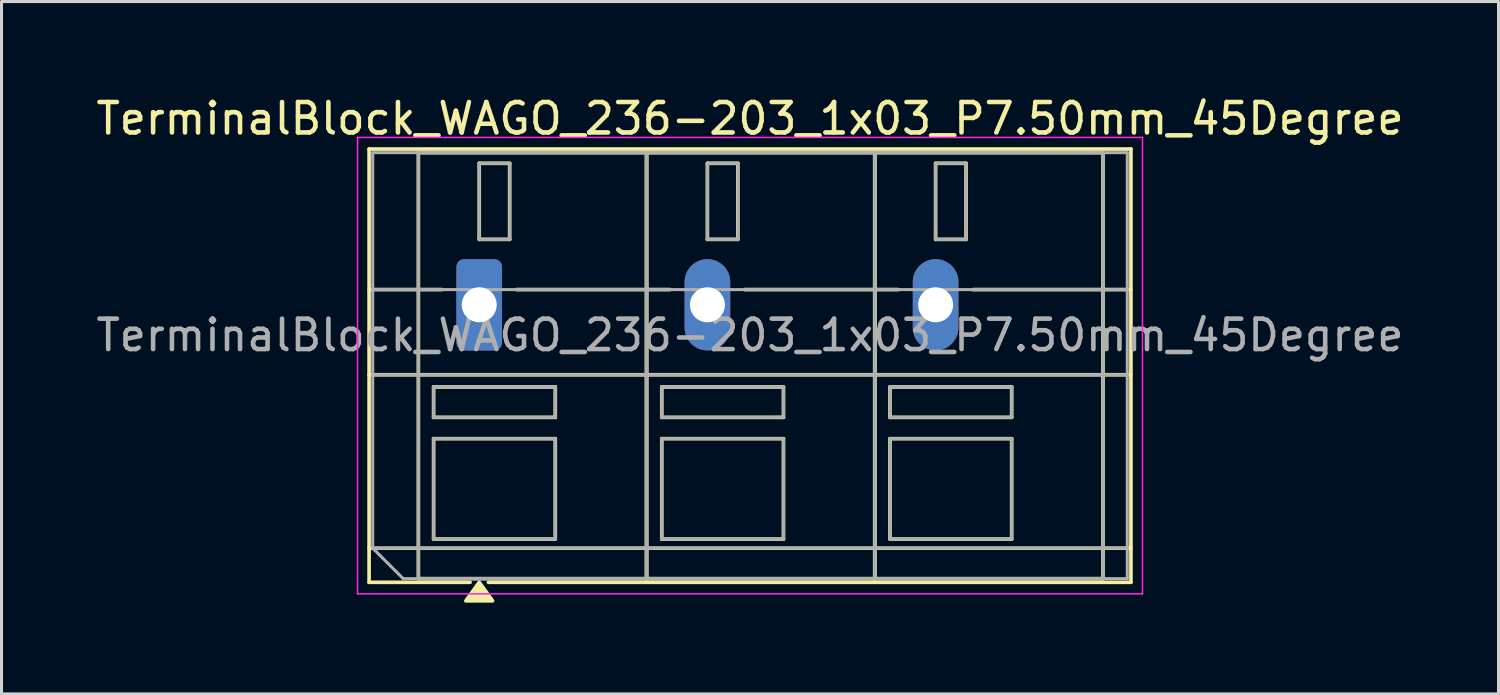
<source format=kicad_pcb>
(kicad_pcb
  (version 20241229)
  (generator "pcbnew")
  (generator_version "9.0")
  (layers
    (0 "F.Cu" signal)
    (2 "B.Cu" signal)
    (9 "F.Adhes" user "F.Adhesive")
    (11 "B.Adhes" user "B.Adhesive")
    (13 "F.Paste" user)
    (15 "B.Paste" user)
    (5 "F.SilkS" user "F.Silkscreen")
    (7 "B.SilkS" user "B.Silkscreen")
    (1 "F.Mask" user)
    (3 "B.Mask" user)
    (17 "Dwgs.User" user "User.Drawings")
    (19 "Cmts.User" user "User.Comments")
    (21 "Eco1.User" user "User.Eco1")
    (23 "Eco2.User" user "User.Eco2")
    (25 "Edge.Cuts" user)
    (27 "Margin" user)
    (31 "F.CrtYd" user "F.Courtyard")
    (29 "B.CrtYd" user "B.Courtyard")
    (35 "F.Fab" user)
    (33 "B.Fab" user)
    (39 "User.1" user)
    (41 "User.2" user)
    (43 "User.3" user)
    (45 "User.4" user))
  (footprint "TerminalBlock_WAGO_236-203_1x03_P7.50mm_45Degree"
    (layer "F.Cu")
    (at 12.701 6.968)
    (property "Reference" "TerminalBlock_WAGO_236-203_1x03_P7.50mm_45Degree" (at 8.9 -6.12 0) (layer "F.SilkS") (effects (font (size 1 1) (thickness 0.15))))
    (attr through_hole)
    (fp_line (start -3.62 -5.12) (end 21.42 -5.12) (stroke (width 0.12) (type solid)) (layer "F.SilkS"))
    (fp_line (start -3.62 -0.5) (end -1.23 -0.5) (stroke (width 0.12) (type solid)) (layer "F.SilkS"))
    (fp_line (start -3.62 2.3) (end 21.42 2.3) (stroke (width 0.12) (type solid)) (layer "F.SilkS"))
    (fp_line (start -3.62 8) (end 21.42 8) (stroke (width 0.12) (type solid)) (layer "F.SilkS"))
    (fp_line (start -3.62 9.12) (end -3.62 -5.12) (stroke (width 0.12) (type solid)) (layer "F.SilkS"))
    (fp_line (start -2 -5) (end 5.5 -5) (stroke (width 0.12) (type solid)) (layer "F.SilkS"))
    (fp_line (start -2 9) (end -2 -5) (stroke (width 0.12) (type solid)) (layer "F.SilkS"))
    (fp_line (start -1.5 2.7) (end 2.5 2.7) (stroke (width 0.12) (type solid)) (layer "F.SilkS"))
    (fp_line (start -1.5 3.7) (end -1.5 2.7) (stroke (width 0.12) (type solid)) (layer "F.SilkS"))
    (fp_line (start -1.5 4.4) (end 2.5 4.4) (stroke (width 0.12) (type solid)) (layer "F.SilkS"))
    (fp_line (start -1.5 7.7) (end -1.5 4.4) (stroke (width 0.12) (type solid)) (layer "F.SilkS"))
    (fp_line (start -0.3 9.12) (end -3.62 9.12) (stroke (width 0.12) (type solid)) (layer "F.SilkS"))
    (fp_line (start 0 -4.65) (end 1 -4.65) (stroke (width 0.12) (type solid)) (layer "F.SilkS"))
    (fp_line (start 0 -2.15) (end 0 -4.65) (stroke (width 0.12) (type solid)) (layer "F.SilkS"))
    (fp_line (start 1 -4.65) (end 1 -2.15) (stroke (width 0.12) (type solid)) (layer "F.SilkS"))
    (fp_line (start 1 -2.15) (end 0 -2.15) (stroke (width 0.12) (type solid)) (layer "F.SilkS"))
    (fp_line (start 1.23 -0.5) (end 6.27 -0.5) (stroke (width 0.12) (type solid)) (layer "F.SilkS"))
    (fp_line (start 2.5 2.7) (end 2.5 3.7) (stroke (width 0.12) (type solid)) (layer "F.SilkS"))
    (fp_line (start 2.5 3.7) (end -1.5 3.7) (stroke (width 0.12) (type solid)) (layer "F.SilkS"))
    (fp_line (start 2.5 4.4) (end 2.5 7.7) (stroke (width 0.12) (type solid)) (layer "F.SilkS"))
    (fp_line (start 2.5 7.7) (end -1.5 7.7) (stroke (width 0.12) (type solid)) (layer "F.SilkS"))
    (fp_line (start 5.5 -5) (end 5.5 9) (stroke (width 0.12) (type solid)) (layer "F.SilkS"))
    (fp_line (start 5.5 -5) (end 13 -5) (stroke (width 0.12) (type solid)) (layer "F.SilkS"))
    (fp_line (start 5.5 9) (end -2 9) (stroke (width 0.12) (type solid)) (layer "F.SilkS"))
    (fp_line (start 5.5 9) (end 5.5 -5) (stroke (width 0.12) (type solid)) (layer "F.SilkS"))
    (fp_line (start 6 2.7) (end 10 2.7) (stroke (width 0.12) (type solid)) (layer "F.SilkS"))
    (fp_line (start 6 3.7) (end 6 2.7) (stroke (width 0.12) (type solid)) (layer "F.SilkS"))
    (fp_line (start 6 4.4) (end 10 4.4) (stroke (width 0.12) (type solid)) (layer "F.SilkS"))
    (fp_line (start 6 7.7) (end 6 4.4) (stroke (width 0.12) (type solid)) (layer "F.SilkS"))
    (fp_line (start 7.5 -4.65) (end 8.5 -4.65) (stroke (width 0.12) (type solid)) (layer "F.SilkS"))
    (fp_line (start 7.5 -2.15) (end 7.5 -4.65) (stroke (width 0.12) (type solid)) (layer "F.SilkS"))
    (fp_line (start 8.5 -4.65) (end 8.5 -2.15) (stroke (width 0.12) (type solid)) (layer "F.SilkS"))
    (fp_line (start 8.5 -2.15) (end 7.5 -2.15) (stroke (width 0.12) (type solid)) (layer "F.SilkS"))
    (fp_line (start 8.73 -0.5) (end 13.77 -0.5) (stroke (width 0.12) (type solid)) (layer "F.SilkS"))
    (fp_line (start 10 2.7) (end 10 3.7) (stroke (width 0.12) (type solid)) (layer "F.SilkS"))
    (fp_line (start 10 3.7) (end 6 3.7) (stroke (width 0.12) (type solid)) (layer "F.SilkS"))
    (fp_line (start 10 4.4) (end 10 7.7) (stroke (width 0.12) (type solid)) (layer "F.SilkS"))
    (fp_line (start 10 7.7) (end 6 7.7) (stroke (width 0.12) (type solid)) (layer "F.SilkS"))
    (fp_line (start 13 -5) (end 13 9) (stroke (width 0.12) (type solid)) (layer "F.SilkS"))
    (fp_line (start 13 -5) (end 20.5 -5) (stroke (width 0.12) (type solid)) (layer "F.SilkS"))
    (fp_line (start 13 9) (end 5.5 9) (stroke (width 0.12) (type solid)) (layer "F.SilkS"))
    (fp_line (start 13 9) (end 13 -5) (stroke (width 0.12) (type solid)) (layer "F.SilkS"))
    (fp_line (start 13.5 2.7) (end 17.5 2.7) (stroke (width 0.12) (type solid)) (layer "F.SilkS"))
    (fp_line (start 13.5 3.7) (end 13.5 2.7) (stroke (width 0.12) (type solid)) (layer "F.SilkS"))
    (fp_line (start 13.5 4.4) (end 17.5 4.4) (stroke (width 0.12) (type solid)) (layer "F.SilkS"))
    (fp_line (start 13.5 7.7) (end 13.5 4.4) (stroke (width 0.12) (type solid)) (layer "F.SilkS"))
    (fp_line (start 15 -4.65) (end 16 -4.65) (stroke (width 0.12) (type solid)) (layer "F.SilkS"))
    (fp_line (start 15 -2.15) (end 15 -4.65) (stroke (width 0.12) (type solid)) (layer "F.SilkS"))
    (fp_line (start 16 -4.65) (end 16 -2.15) (stroke (width 0.12) (type solid)) (layer "F.SilkS"))
    (fp_line (start 16 -2.15) (end 15 -2.15) (stroke (width 0.12) (type solid)) (layer "F.SilkS"))
    (fp_line (start 16.23 -0.5) (end 21.42 -0.5) (stroke (width 0.12) (type solid)) (layer "F.SilkS"))
    (fp_line (start 17.5 2.7) (end 17.5 3.7) (stroke (width 0.12) (type solid)) (layer "F.SilkS"))
    (fp_line (start 17.5 3.7) (end 13.5 3.7) (stroke (width 0.12) (type solid)) (layer "F.SilkS"))
    (fp_line (start 17.5 4.4) (end 17.5 7.7) (stroke (width 0.12) (type solid)) (layer "F.SilkS"))
    (fp_line (start 17.5 7.7) (end 13.5 7.7) (stroke (width 0.12) (type solid)) (layer "F.SilkS"))
    (fp_line (start 20.5 -5) (end 20.5 9) (stroke (width 0.12) (type solid)) (layer "F.SilkS"))
    (fp_line (start 20.5 9) (end 13 9) (stroke (width 0.12) (type solid)) (layer "F.SilkS"))
    (fp_line (start 21.42 -5.12) (end 21.42 9.12) (stroke (width 0.12) (type solid)) (layer "F.SilkS"))
    (fp_line (start 21.42 9.12) (end 0.3 9.12) (stroke (width 0.12) (type solid)) (layer "F.SilkS"))
    (fp_poly (pts (xy 0 9.12) (xy 0.44 9.73) (xy -0.44 9.73)) (stroke (width 0.12) (type solid)) (fill yes) (layer "F.SilkS"))
    (fp_line (start -4 -5.5) (end -4 9.5) (stroke (width 0.05) (type solid)) (layer "F.CrtYd"))
    (fp_line (start -4 9.5) (end 21.8 9.5) (stroke (width 0.05) (type solid)) (layer "F.CrtYd"))
    (fp_line (start 21.8 -5.5) (end -4 -5.5) (stroke (width 0.05) (type solid)) (layer "F.CrtYd"))
    (fp_line (start 21.8 9.5) (end 21.8 -5.5) (stroke (width 0.05) (type solid)) (layer "F.CrtYd"))
    (fp_line (start -3.5 -5) (end 21.3 -5) (stroke (width 0.1) (type solid)) (layer "F.Fab"))
    (fp_line (start -3.5 -0.5) (end 21.3 -0.5) (stroke (width 0.1) (type solid)) (layer "F.Fab"))
    (fp_line (start -3.5 2.3) (end 21.3 2.3) (stroke (width 0.1) (type solid)) (layer "F.Fab"))
    (fp_line (start -3.5 8) (end -3.5 -5) (stroke (width 0.1) (type solid)) (layer "F.Fab"))
    (fp_line (start -3.5 8) (end 21.3 8) (stroke (width 0.1) (type solid)) (layer "F.Fab"))
    (fp_line (start -2.5 9) (end -3.5 8) (stroke (width 0.1) (type solid)) (layer "F.Fab"))
    (fp_line (start -2 -5) (end -2 9) (stroke (width 0.1) (type solid)) (layer "F.Fab"))
    (fp_line (start -2 9) (end 5.5 9) (stroke (width 0.1) (type solid)) (layer "F.Fab"))
    (fp_line (start -1.5 2.7) (end -1.5 3.7) (stroke (width 0.1) (type solid)) (layer "F.Fab"))
    (fp_line (start -1.5 3.7) (end 2.5 3.7) (stroke (width 0.1) (type solid)) (layer "F.Fab"))
    (fp_line (start -1.5 4.4) (end -1.5 7.7) (stroke (width 0.1) (type solid)) (layer "F.Fab"))
    (fp_line (start -1.5 7.7) (end 2.5 7.7) (stroke (width 0.1) (type solid)) (layer "F.Fab"))
    (fp_line (start 0 -4.65) (end 0 -2.15) (stroke (width 0.1) (type solid)) (layer "F.Fab"))
    (fp_line (start 0 -2.15) (end 1 -2.15) (stroke (width 0.1) (type solid)) (layer "F.Fab"))
    (fp_line (start 1 -4.65) (end 0 -4.65) (stroke (width 0.1) (type solid)) (layer "F.Fab"))
    (fp_line (start 1 -2.15) (end 1 -4.65) (stroke (width 0.1) (type solid)) (layer "F.Fab"))
    (fp_line (start 2.5 2.7) (end -1.5 2.7) (stroke (width 0.1) (type solid)) (layer "F.Fab"))
    (fp_line (start 2.5 3.7) (end 2.5 2.7) (stroke (width 0.1) (type solid)) (layer "F.Fab"))
    (fp_line (start 2.5 4.4) (end -1.5 4.4) (stroke (width 0.1) (type solid)) (layer "F.Fab"))
    (fp_line (start 2.5 7.7) (end 2.5 4.4) (stroke (width 0.1) (type solid)) (layer "F.Fab"))
    (fp_line (start 5.5 -5) (end -2 -5) (stroke (width 0.1) (type solid)) (layer "F.Fab"))
    (fp_line (start 5.5 -5) (end 5.5 9) (stroke (width 0.1) (type solid)) (layer "F.Fab"))
    (fp_line (start 5.5 9) (end 5.5 -5) (stroke (width 0.1) (type solid)) (layer "F.Fab"))
    (fp_line (start 5.5 9) (end 13 9) (stroke (width 0.1) (type solid)) (layer "F.Fab"))
    (fp_line (start 6 2.7) (end 6 3.7) (stroke (width 0.1) (type solid)) (layer "F.Fab"))
    (fp_line (start 6 3.7) (end 10 3.7) (stroke (width 0.1) (type solid)) (layer "F.Fab"))
    (fp_line (start 6 4.4) (end 6 7.7) (stroke (width 0.1) (type solid)) (layer "F.Fab"))
    (fp_line (start 6 7.7) (end 10 7.7) (stroke (width 0.1) (type solid)) (layer "F.Fab"))
    (fp_line (start 7.5 -4.65) (end 7.5 -2.15) (stroke (width 0.1) (type solid)) (layer "F.Fab"))
    (fp_line (start 7.5 -2.15) (end 8.5 -2.15) (stroke (width 0.1) (type solid)) (layer "F.Fab"))
    (fp_line (start 8.5 -4.65) (end 7.5 -4.65) (stroke (width 0.1) (type solid)) (layer "F.Fab"))
    (fp_line (start 8.5 -2.15) (end 8.5 -4.65) (stroke (width 0.1) (type solid)) (layer "F.Fab"))
    (fp_line (start 10 2.7) (end 6 2.7) (stroke (width 0.1) (type solid)) (layer "F.Fab"))
    (fp_line (start 10 3.7) (end 10 2.7) (stroke (width 0.1) (type solid)) (layer "F.Fab"))
    (fp_line (start 10 4.4) (end 6 4.4) (stroke (width 0.1) (type solid)) (layer "F.Fab"))
    (fp_line (start 10 7.7) (end 10 4.4) (stroke (width 0.1) (type solid)) (layer "F.Fab"))
    (fp_line (start 13 -5) (end 5.5 -5) (stroke (width 0.1) (type solid)) (layer "F.Fab"))
    (fp_line (start 13 -5) (end 13 9) (stroke (width 0.1) (type solid)) (layer "F.Fab"))
    (fp_line (start 13 9) (end 13 -5) (stroke (width 0.1) (type solid)) (layer "F.Fab"))
    (fp_line (start 13 9) (end 20.5 9) (stroke (width 0.1) (type solid)) (layer "F.Fab"))
    (fp_line (start 13.5 2.7) (end 13.5 3.7) (stroke (width 0.1) (type solid)) (layer "F.Fab"))
    (fp_line (start 13.5 3.7) (end 17.5 3.7) (stroke (width 0.1) (type solid)) (layer "F.Fab"))
    (fp_line (start 13.5 4.4) (end 13.5 7.7) (stroke (width 0.1) (type solid)) (layer "F.Fab"))
    (fp_line (start 13.5 7.7) (end 17.5 7.7) (stroke (width 0.1) (type solid)) (layer "F.Fab"))
    (fp_line (start 15 -4.65) (end 15 -2.15) (stroke (width 0.1) (type solid)) (layer "F.Fab"))
    (fp_line (start 15 -2.15) (end 16 -2.15) (stroke (width 0.1) (type solid)) (layer "F.Fab"))
    (fp_line (start 16 -4.65) (end 15 -4.65) (stroke (width 0.1) (type solid)) (layer "F.Fab"))
    (fp_line (start 16 -2.15) (end 16 -4.65) (stroke (width 0.1) (type solid)) (layer "F.Fab"))
    (fp_line (start 17.5 2.7) (end 13.5 2.7) (stroke (width 0.1) (type solid)) (layer "F.Fab"))
    (fp_line (start 17.5 3.7) (end 17.5 2.7) (stroke (width 0.1) (type solid)) (layer "F.Fab"))
    (fp_line (start 17.5 4.4) (end 13.5 4.4) (stroke (width 0.1) (type solid)) (layer "F.Fab"))
    (fp_line (start 17.5 7.7) (end 17.5 4.4) (stroke (width 0.1) (type solid)) (layer "F.Fab"))
    (fp_line (start 20.5 -5) (end 13 -5) (stroke (width 0.1) (type solid)) (layer "F.Fab"))
    (fp_line (start 20.5 9) (end 20.5 -5) (stroke (width 0.1) (type solid)) (layer "F.Fab"))
    (fp_line (start 21.3 -5) (end 21.3 9) (stroke (width 0.1) (type solid)) (layer "F.Fab"))
    (fp_line (start 21.3 9) (end -2.5 9) (stroke (width 0.1) (type solid)) (layer "F.Fab"))
    (fp_text user "${REFERENCE}" (at 8.9 1 0) (layer "F.Fab") (effects (font (size 1 1) (thickness 0.15))))
    (pad "1" thru_hole roundrect (at 0 0) (size 1.5 3) (drill 1.15) (layers "*.Cu" "*.Mask") (roundrect_rratio 0.167))
    (pad "2" thru_hole oval (at 7.5 0) (size 1.5 3) (drill 1.15) (layers "*.Cu" "*.Mask"))
    (pad "3" thru_hole oval (at 15 0) (size 1.5 3) (drill 1.15) (layers "*.Cu" "*.Mask")))
  (gr_rect
    (start -3 -3)
    (end 46.202 19.758)
    (stroke (width 0.1) (type default))
    (fill no)
    (layer "Edge.Cuts")))
</source>
